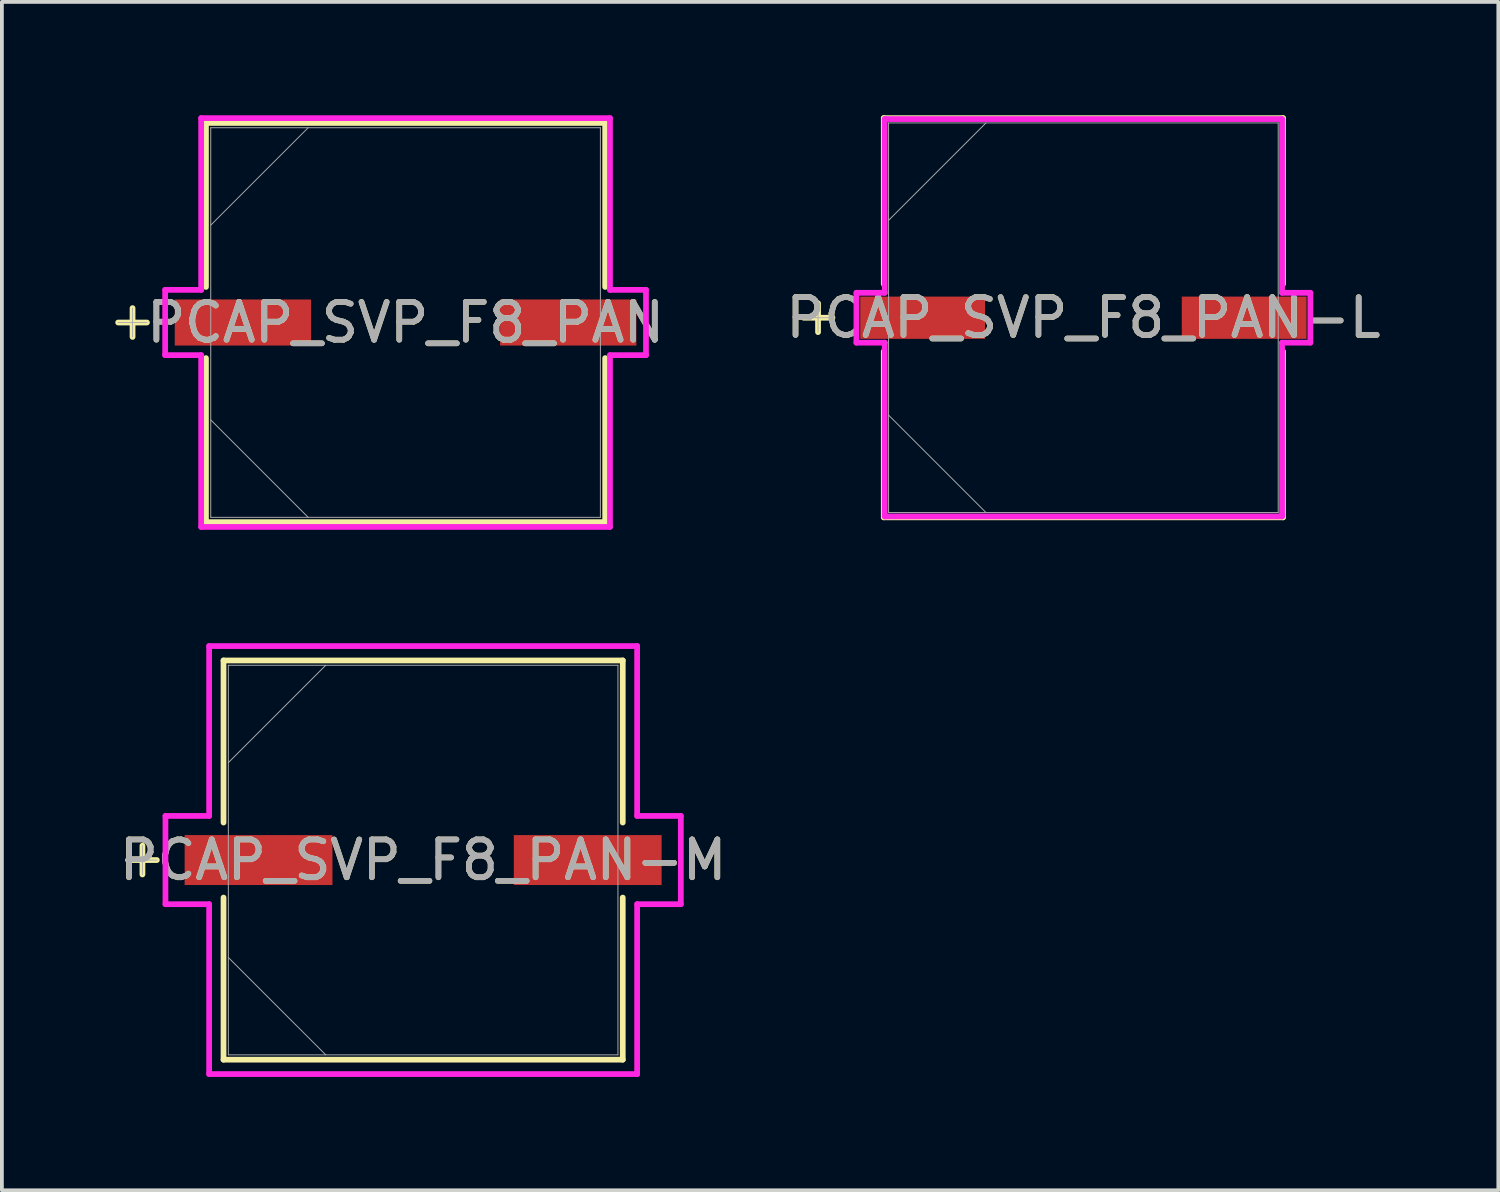
<source format=kicad_pcb>
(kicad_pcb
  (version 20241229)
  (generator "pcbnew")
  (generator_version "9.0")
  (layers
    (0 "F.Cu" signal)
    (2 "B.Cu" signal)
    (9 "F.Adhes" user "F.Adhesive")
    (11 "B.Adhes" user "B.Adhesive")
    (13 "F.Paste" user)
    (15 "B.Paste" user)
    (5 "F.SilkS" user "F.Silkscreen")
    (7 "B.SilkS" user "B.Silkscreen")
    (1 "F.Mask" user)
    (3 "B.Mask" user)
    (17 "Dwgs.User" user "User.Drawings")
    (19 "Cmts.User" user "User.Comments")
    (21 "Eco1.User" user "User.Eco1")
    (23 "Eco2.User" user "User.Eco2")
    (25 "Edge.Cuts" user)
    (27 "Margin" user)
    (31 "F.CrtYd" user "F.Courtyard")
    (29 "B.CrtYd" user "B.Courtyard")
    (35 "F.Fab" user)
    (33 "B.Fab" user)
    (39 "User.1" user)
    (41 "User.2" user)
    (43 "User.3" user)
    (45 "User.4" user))
  (footprint "PCAP_SVP_F8_PAN-L"
    (layer "F.Cu")
    (at 25.624 5.359)
    (property "Reference" "PCAP_SVP_F8_PAN-L" (at 0 0 0) (unlocked yes) (layer "F.SilkS") (effects (font (size 1 1) (thickness 0.15))))
    (attr smd)
    (fp_line (start -7.023 -0.381) (end -7.023 0.381) (stroke (width 0.152) (type solid)) (layer "F.SilkS"))
    (fp_line (start -6.642 0) (end -7.404 0) (stroke (width 0.152) (type solid)) (layer "F.SilkS"))
    (fp_line (start -5.283 -5.283) (end -5.283 -0.892) (stroke (width 0.152) (type solid)) (layer "F.SilkS"))
    (fp_line (start -5.283 0.892) (end -5.283 5.283) (stroke (width 0.152) (type solid)) (layer "F.SilkS"))
    (fp_line (start -5.283 5.283) (end 5.283 5.283) (stroke (width 0.152) (type solid)) (layer "F.SilkS"))
    (fp_line (start 5.283 -5.283) (end -5.283 -5.283) (stroke (width 0.152) (type solid)) (layer "F.SilkS"))
    (fp_line (start 5.283 -0.892) (end 5.283 -5.283) (stroke (width 0.152) (type solid)) (layer "F.SilkS"))
    (fp_line (start 5.283 5.283) (end 5.283 0.892) (stroke (width 0.152) (type solid)) (layer "F.SilkS"))
    (fp_line (start -6.007 -0.66) (end -5.258 -0.66) (stroke (width 0.152) (type solid)) (layer "F.CrtYd"))
    (fp_line (start -6.007 0.66) (end -6.007 -0.66) (stroke (width 0.152) (type solid)) (layer "F.CrtYd"))
    (fp_line (start -5.258 -5.258) (end 5.258 -5.258) (stroke (width 0.152) (type solid)) (layer "F.CrtYd"))
    (fp_line (start -5.258 -0.66) (end -5.258 -5.258) (stroke (width 0.152) (type solid)) (layer "F.CrtYd"))
    (fp_line (start -5.258 0.66) (end -6.007 0.66) (stroke (width 0.152) (type solid)) (layer "F.CrtYd"))
    (fp_line (start -5.258 5.258) (end -5.258 0.66) (stroke (width 0.152) (type solid)) (layer "F.CrtYd"))
    (fp_line (start 5.258 -5.258) (end 5.258 -0.66) (stroke (width 0.152) (type solid)) (layer "F.CrtYd"))
    (fp_line (start 5.258 -0.66) (end 6.007 -0.66) (stroke (width 0.152) (type solid)) (layer "F.CrtYd"))
    (fp_line (start 5.258 0.66) (end 5.258 5.258) (stroke (width 0.152) (type solid)) (layer "F.CrtYd"))
    (fp_line (start 5.258 5.258) (end -5.258 5.258) (stroke (width 0.152) (type solid)) (layer "F.CrtYd"))
    (fp_line (start 6.007 -0.66) (end 6.007 0.66) (stroke (width 0.152) (type solid)) (layer "F.CrtYd"))
    (fp_line (start 6.007 0.66) (end 5.258 0.66) (stroke (width 0.152) (type solid)) (layer "F.CrtYd"))
    (fp_line (start -7.023 -0.381) (end -7.023 0.381) (stroke (width 0.025) (type solid)) (layer "F.Fab"))
    (fp_line (start -6.642 0) (end -7.404 0) (stroke (width 0.025) (type solid)) (layer "F.Fab"))
    (fp_line (start -5.156 -5.156) (end -5.156 5.156) (stroke (width 0.025) (type solid)) (layer "F.Fab"))
    (fp_line (start -5.156 -2.578) (end -2.578 -5.156) (stroke (width 0.025) (type solid)) (layer "F.Fab"))
    (fp_line (start -5.156 2.578) (end -2.578 5.156) (stroke (width 0.025) (type solid)) (layer "F.Fab"))
    (fp_line (start -5.156 5.156) (end 5.156 5.156) (stroke (width 0.025) (type solid)) (layer "F.Fab"))
    (fp_line (start 5.156 -5.156) (end -5.156 -5.156) (stroke (width 0.025) (type solid)) (layer "F.Fab"))
    (fp_line (start 5.156 5.156) (end 5.156 -5.156) (stroke (width 0.025) (type solid)) (layer "F.Fab"))
    (fp_text user "${REFERENCE}" (at 0 0 0) (unlocked yes) (layer "F.Fab") (effects (font (size 1 1) (thickness 0.15))))
    (pad "1" smd rect (at -4.255 0) (size 3.302 1.118) (layers "F.Cu" "F.Mask" "F.Paste"))
    (pad "2" smd rect (at 4.255 0) (size 3.302 1.118) (layers "F.Cu" "F.Mask" "F.Paste"))
    (zone (net_name "") (layer "F.Cu") (hatch full 0.508) (connect_pads) (min_thickness 0.254) (filled_areas_thickness no) (keepout (tracks not_allowed) (vias not_allowed) (pads allowed) (copperpour not_allowed) (footprints allowed)) (placement (enabled no)) (fill) (polygon (pts (xy 20.519 0.254) (xy 30.729 0.254) (xy 30.729 4.75) (xy 20.519 4.75))))
    (zone (net_name "") (layer "F.Cu") (hatch full 0.508) (connect_pads) (min_thickness 0.254) (filled_areas_thickness no) (keepout (tracks not_allowed) (vias not_allowed) (pads allowed) (copperpour not_allowed) (footprints allowed)) (placement (enabled no)) (fill) (polygon (pts (xy 20.519 5.969) (xy 30.729 5.969) (xy 30.729 10.465) (xy 20.519 10.465))))
    (zone (net_name "") (layer "F.Cu") (hatch full 0.508) (connect_pads) (min_thickness 0.254) (filled_areas_thickness no) (keepout (tracks not_allowed) (vias not_allowed) (pads allowed) (copperpour not_allowed) (footprints allowed)) (placement (enabled no)) (fill) (polygon (pts (xy 23.071 4.75) (xy 28.177 4.75) (xy 28.177 5.969) (xy 23.071 5.969)))))
  (footprint "PCAP_SVP_F8_PAN"
    (layer "F.Cu")
    (at 7.684 5.486)
    (property "Reference" "PCAP_SVP_F8_PAN" (at 0 0 0) (unlocked yes) (layer "F.SilkS") (effects (font (size 1 1) (thickness 0.15))))
    (attr smd)
    (fp_line (start -7.226 -0.381) (end -7.226 0.381) (stroke (width 0.152) (type solid)) (layer "F.SilkS"))
    (fp_line (start -6.845 0) (end -7.607 0) (stroke (width 0.152) (type solid)) (layer "F.SilkS"))
    (fp_line (start -5.283 -5.283) (end -5.283 -0.942) (stroke (width 0.152) (type solid)) (layer "F.SilkS"))
    (fp_line (start -5.283 0.942) (end -5.283 5.283) (stroke (width 0.152) (type solid)) (layer "F.SilkS"))
    (fp_line (start -5.283 5.283) (end 5.283 5.283) (stroke (width 0.152) (type solid)) (layer "F.SilkS"))
    (fp_line (start 5.283 -5.283) (end -5.283 -5.283) (stroke (width 0.152) (type solid)) (layer "F.SilkS"))
    (fp_line (start 5.283 -0.942) (end 5.283 -5.283) (stroke (width 0.152) (type solid)) (layer "F.SilkS"))
    (fp_line (start 5.283 5.283) (end 5.283 0.942) (stroke (width 0.152) (type solid)) (layer "F.SilkS"))
    (fp_line (start -6.363 -0.864) (end -5.41 -0.864) (stroke (width 0.152) (type solid)) (layer "F.CrtYd"))
    (fp_line (start -6.363 0.864) (end -6.363 -0.864) (stroke (width 0.152) (type solid)) (layer "F.CrtYd"))
    (fp_line (start -5.41 -5.41) (end 5.41 -5.41) (stroke (width 0.152) (type solid)) (layer "F.CrtYd"))
    (fp_line (start -5.41 -0.864) (end -5.41 -5.41) (stroke (width 0.152) (type solid)) (layer "F.CrtYd"))
    (fp_line (start -5.41 0.864) (end -6.363 0.864) (stroke (width 0.152) (type solid)) (layer "F.CrtYd"))
    (fp_line (start -5.41 5.41) (end -5.41 0.864) (stroke (width 0.152) (type solid)) (layer "F.CrtYd"))
    (fp_line (start 5.41 -5.41) (end 5.41 -0.864) (stroke (width 0.152) (type solid)) (layer "F.CrtYd"))
    (fp_line (start 5.41 -0.864) (end 6.363 -0.864) (stroke (width 0.152) (type solid)) (layer "F.CrtYd"))
    (fp_line (start 5.41 0.864) (end 5.41 5.41) (stroke (width 0.152) (type solid)) (layer "F.CrtYd"))
    (fp_line (start 5.41 5.41) (end -5.41 5.41) (stroke (width 0.152) (type solid)) (layer "F.CrtYd"))
    (fp_line (start 6.363 -0.864) (end 6.363 0.864) (stroke (width 0.152) (type solid)) (layer "F.CrtYd"))
    (fp_line (start 6.363 0.864) (end 5.41 0.864) (stroke (width 0.152) (type solid)) (layer "F.CrtYd"))
    (fp_line (start -7.226 -0.381) (end -7.226 0.381) (stroke (width 0.025) (type solid)) (layer "F.Fab"))
    (fp_line (start -6.845 0) (end -7.607 0) (stroke (width 0.025) (type solid)) (layer "F.Fab"))
    (fp_line (start -5.156 -5.156) (end -5.156 5.156) (stroke (width 0.025) (type solid)) (layer "F.Fab"))
    (fp_line (start -5.156 -2.578) (end -2.578 -5.156) (stroke (width 0.025) (type solid)) (layer "F.Fab"))
    (fp_line (start -5.156 2.578) (end -2.578 5.156) (stroke (width 0.025) (type solid)) (layer "F.Fab"))
    (fp_line (start -5.156 5.156) (end 5.156 5.156) (stroke (width 0.025) (type solid)) (layer "F.Fab"))
    (fp_line (start 5.156 -5.156) (end -5.156 -5.156) (stroke (width 0.025) (type solid)) (layer "F.Fab"))
    (fp_line (start 5.156 5.156) (end 5.156 -5.156) (stroke (width 0.025) (type solid)) (layer "F.Fab"))
    (fp_text user "${REFERENCE}" (at 0 0 0) (unlocked yes) (layer "F.Fab") (effects (font (size 1 1) (thickness 0.15))))
    (pad "1" smd rect (at -4.305 0) (size 3.607 1.219) (layers "F.Cu" "F.Mask" "F.Paste"))
    (pad "2" smd rect (at 4.305 0) (size 3.607 1.219) (layers "F.Cu" "F.Mask" "F.Paste"))
    (zone (net_name "") (layer "F.Cu") (hatch full 0.508) (connect_pads) (min_thickness 0.254) (filled_areas_thickness no) (keepout (tracks not_allowed) (vias not_allowed) (pads allowed) (copperpour not_allowed) (footprints allowed)) (placement (enabled no)) (fill) (polygon (pts (xy 2.578 0.381) (xy 12.789 0.381) (xy 12.789 4.826) (xy 2.578 4.826))))
    (zone (net_name "") (layer "F.Cu") (hatch full 0.508) (connect_pads) (min_thickness 0.254) (filled_areas_thickness no) (keepout (tracks not_allowed) (vias not_allowed) (pads allowed) (copperpour not_allowed) (footprints allowed)) (placement (enabled no)) (fill) (polygon (pts (xy 2.578 6.147) (xy 12.789 6.147) (xy 12.789 10.592) (xy 2.578 10.592))))
    (zone (net_name "") (layer "F.Cu") (hatch full 0.508) (connect_pads) (min_thickness 0.254) (filled_areas_thickness no) (keepout (tracks not_allowed) (vias not_allowed) (pads allowed) (copperpour not_allowed) (footprints allowed)) (placement (enabled no)) (fill) (polygon (pts (xy 5.232 4.826) (xy 10.135 4.826) (xy 10.135 6.147) (xy 5.232 6.147)))))
  (footprint "PCAP_SVP_F8_PAN-M"
    (layer "F.Cu")
    (at 8.149 19.713)
    (property "Reference" "PCAP_SVP_F8_PAN-M" (at 0 0 0) (unlocked yes) (layer "F.SilkS") (effects (font (size 1 1) (thickness 0.15))))
    (attr smd)
    (fp_line (start -7.429 -0.381) (end -7.429 0.381) (stroke (width 0.152) (type solid)) (layer "F.SilkS"))
    (fp_line (start -7.048 0) (end -7.811 0) (stroke (width 0.152) (type solid)) (layer "F.SilkS"))
    (fp_line (start -5.283 -5.283) (end -5.283 -0.993) (stroke (width 0.152) (type solid)) (layer "F.SilkS"))
    (fp_line (start -5.283 0.993) (end -5.283 5.283) (stroke (width 0.152) (type solid)) (layer "F.SilkS"))
    (fp_line (start -5.283 5.283) (end 5.283 5.283) (stroke (width 0.152) (type solid)) (layer "F.SilkS"))
    (fp_line (start 5.283 -5.283) (end -5.283 -5.283) (stroke (width 0.152) (type solid)) (layer "F.SilkS"))
    (fp_line (start 5.283 -0.993) (end 5.283 -5.283) (stroke (width 0.152) (type solid)) (layer "F.SilkS"))
    (fp_line (start 5.283 5.283) (end 5.283 0.993) (stroke (width 0.152) (type solid)) (layer "F.SilkS"))
    (fp_line (start -6.82 -1.168) (end -5.664 -1.168) (stroke (width 0.152) (type solid)) (layer "F.CrtYd"))
    (fp_line (start -6.82 1.168) (end -6.82 -1.168) (stroke (width 0.152) (type solid)) (layer "F.CrtYd"))
    (fp_line (start -5.664 -5.664) (end 5.664 -5.664) (stroke (width 0.152) (type solid)) (layer "F.CrtYd"))
    (fp_line (start -5.664 -1.168) (end -5.664 -5.664) (stroke (width 0.152) (type solid)) (layer "F.CrtYd"))
    (fp_line (start -5.664 1.168) (end -6.82 1.168) (stroke (width 0.152) (type solid)) (layer "F.CrtYd"))
    (fp_line (start -5.664 5.664) (end -5.664 1.168) (stroke (width 0.152) (type solid)) (layer "F.CrtYd"))
    (fp_line (start 5.664 -5.664) (end 5.664 -1.168) (stroke (width 0.152) (type solid)) (layer "F.CrtYd"))
    (fp_line (start 5.664 -1.168) (end 6.82 -1.168) (stroke (width 0.152) (type solid)) (layer "F.CrtYd"))
    (fp_line (start 5.664 1.168) (end 5.664 5.664) (stroke (width 0.152) (type solid)) (layer "F.CrtYd"))
    (fp_line (start 5.664 5.664) (end -5.664 5.664) (stroke (width 0.152) (type solid)) (layer "F.CrtYd"))
    (fp_line (start 6.82 -1.168) (end 6.82 1.168) (stroke (width 0.152) (type solid)) (layer "F.CrtYd"))
    (fp_line (start 6.82 1.168) (end 5.664 1.168) (stroke (width 0.152) (type solid)) (layer "F.CrtYd"))
    (fp_line (start -7.429 -0.381) (end -7.429 0.381) (stroke (width 0.025) (type solid)) (layer "F.Fab"))
    (fp_line (start -7.048 0) (end -7.811 0) (stroke (width 0.025) (type solid)) (layer "F.Fab"))
    (fp_line (start -5.156 -5.156) (end -5.156 5.156) (stroke (width 0.025) (type solid)) (layer "F.Fab"))
    (fp_line (start -5.156 -2.578) (end -2.578 -5.156) (stroke (width 0.025) (type solid)) (layer "F.Fab"))
    (fp_line (start -5.156 2.578) (end -2.578 5.156) (stroke (width 0.025) (type solid)) (layer "F.Fab"))
    (fp_line (start -5.156 5.156) (end 5.156 5.156) (stroke (width 0.025) (type solid)) (layer "F.Fab"))
    (fp_line (start 5.156 -5.156) (end -5.156 -5.156) (stroke (width 0.025) (type solid)) (layer "F.Fab"))
    (fp_line (start 5.156 5.156) (end 5.156 -5.156) (stroke (width 0.025) (type solid)) (layer "F.Fab"))
    (fp_text user "${REFERENCE}" (at 0 0 0) (unlocked yes) (layer "F.Fab") (effects (font (size 1 1) (thickness 0.15))))
    (pad "1" smd rect (at -4.356 0) (size 3.912 1.321) (layers "F.Cu" "F.Mask" "F.Paste"))
    (pad "2" smd rect (at 4.356 0) (size 3.912 1.321) (layers "F.Cu" "F.Mask" "F.Paste"))
    (zone (net_name "") (layer "F.Cu") (hatch full 0.508) (connect_pads) (min_thickness 0.254) (filled_areas_thickness no) (keepout (tracks not_allowed) (vias not_allowed) (pads allowed) (copperpour not_allowed) (footprints allowed)) (placement (enabled no)) (fill) (polygon (pts (xy 3.043 14.608) (xy 13.254 14.608) (xy 13.254 19.002) (xy 3.043 19.002))))
    (zone (net_name "") (layer "F.Cu") (hatch full 0.508) (connect_pads) (min_thickness 0.254) (filled_areas_thickness no) (keepout (tracks not_allowed) (vias not_allowed) (pads allowed) (copperpour not_allowed) (footprints allowed)) (placement (enabled no)) (fill) (polygon (pts (xy 3.043 20.424) (xy 13.254 20.424) (xy 13.254 24.819) (xy 3.043 24.819))))
    (zone (net_name "") (layer "F.Cu") (hatch full 0.508) (connect_pads) (min_thickness 0.254) (filled_areas_thickness no) (keepout (tracks not_allowed) (vias not_allowed) (pads allowed) (copperpour not_allowed) (footprints allowed)) (placement (enabled no)) (fill) (polygon (pts (xy 5.799 19.002) (xy 10.498 19.002) (xy 10.498 20.424) (xy 5.799 20.424)))))
  (gr_rect
    (start -3 -3)
    (end 36.606 28.454)
    (stroke (width 0.1) (type default))
    (fill no)
    (layer "Edge.Cuts")))
</source>
